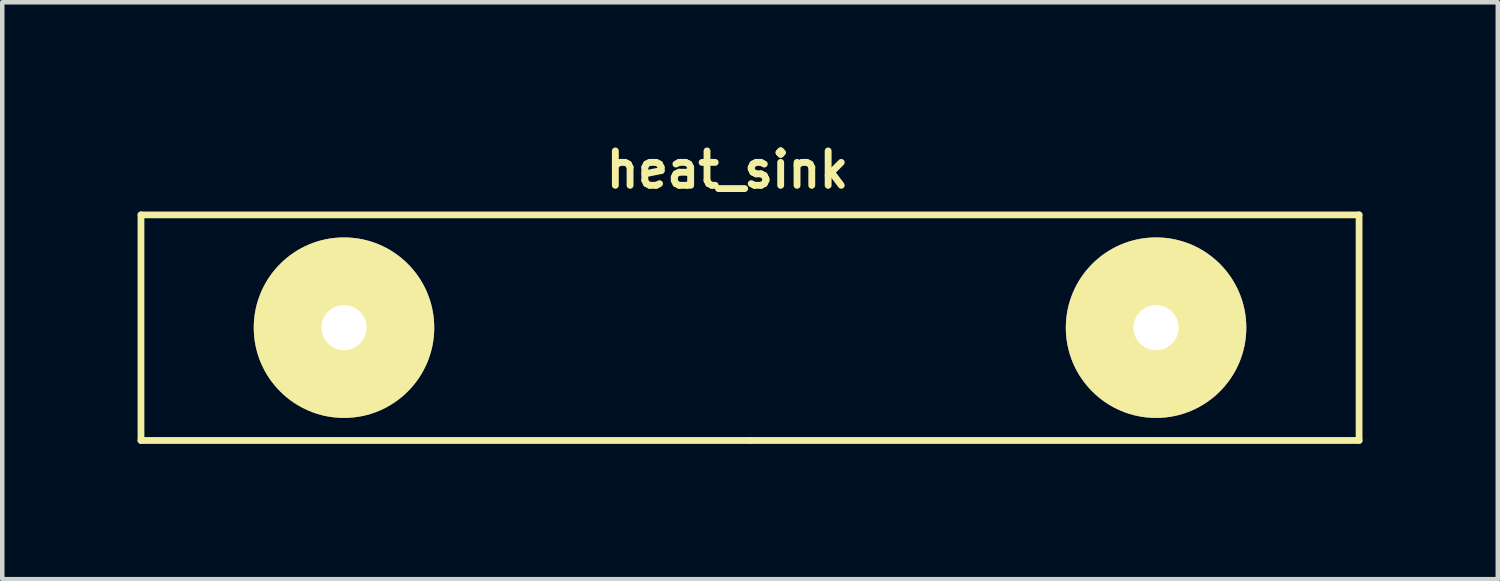
<source format=kicad_pcb>
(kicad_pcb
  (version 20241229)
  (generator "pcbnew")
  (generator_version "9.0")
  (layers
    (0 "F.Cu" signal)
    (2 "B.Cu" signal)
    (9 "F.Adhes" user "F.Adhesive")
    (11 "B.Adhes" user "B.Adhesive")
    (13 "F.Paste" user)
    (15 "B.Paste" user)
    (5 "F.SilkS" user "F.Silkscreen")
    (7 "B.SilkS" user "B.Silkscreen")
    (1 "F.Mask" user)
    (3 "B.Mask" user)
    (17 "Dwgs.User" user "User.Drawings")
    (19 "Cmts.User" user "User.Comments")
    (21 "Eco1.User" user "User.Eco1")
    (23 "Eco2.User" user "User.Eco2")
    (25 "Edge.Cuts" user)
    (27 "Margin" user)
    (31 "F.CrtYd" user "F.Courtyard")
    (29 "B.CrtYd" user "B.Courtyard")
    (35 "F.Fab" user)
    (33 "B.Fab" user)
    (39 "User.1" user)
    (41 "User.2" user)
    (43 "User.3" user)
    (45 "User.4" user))
  (footprint "heat_sink"
    (layer "F.Cu")
    (at 13.575 4.213)
    (property "Reference" "heat_sink" (at -0.5 -3.5 0) (layer "F.SilkS") (effects (font (size 0.762 0.762) (thickness 0.152))))
    (attr through_hole)
    (fp_line (start -13.5 -2.5) (end -13.5 2.5) (stroke (width 0.15) (type solid)) (layer "F.SilkS"))
    (fp_line (start -13.5 2.5) (end 0 2.5) (stroke (width 0.15) (type solid)) (layer "F.SilkS"))
    (fp_line (start 0 2.5) (end 13.5 2.5) (stroke (width 0.15) (type solid)) (layer "F.SilkS"))
    (fp_line (start 13.5 -2.5) (end -13.5 -2.5) (stroke (width 0.15) (type solid)) (layer "F.SilkS"))
    (fp_line (start 13.5 2.5) (end 13.5 -2.5) (stroke (width 0.15) (type solid)) (layer "F.SilkS"))
    (pad "3" thru_hole circle (at 9 0) (size 4 4) (drill 1) (layers "*.Cu" "*.Mask" "F.SilkS"))
    (pad "4" thru_hole circle (at -9 0) (size 4 4) (drill 1) (layers "*.Cu" "*.Mask" "F.SilkS")))
  (gr_rect
    (start -3 -3)
    (end 30.15 9.788)
    (stroke (width 0.1) (type default))
    (fill no)
    (layer "Edge.Cuts")))
</source>
